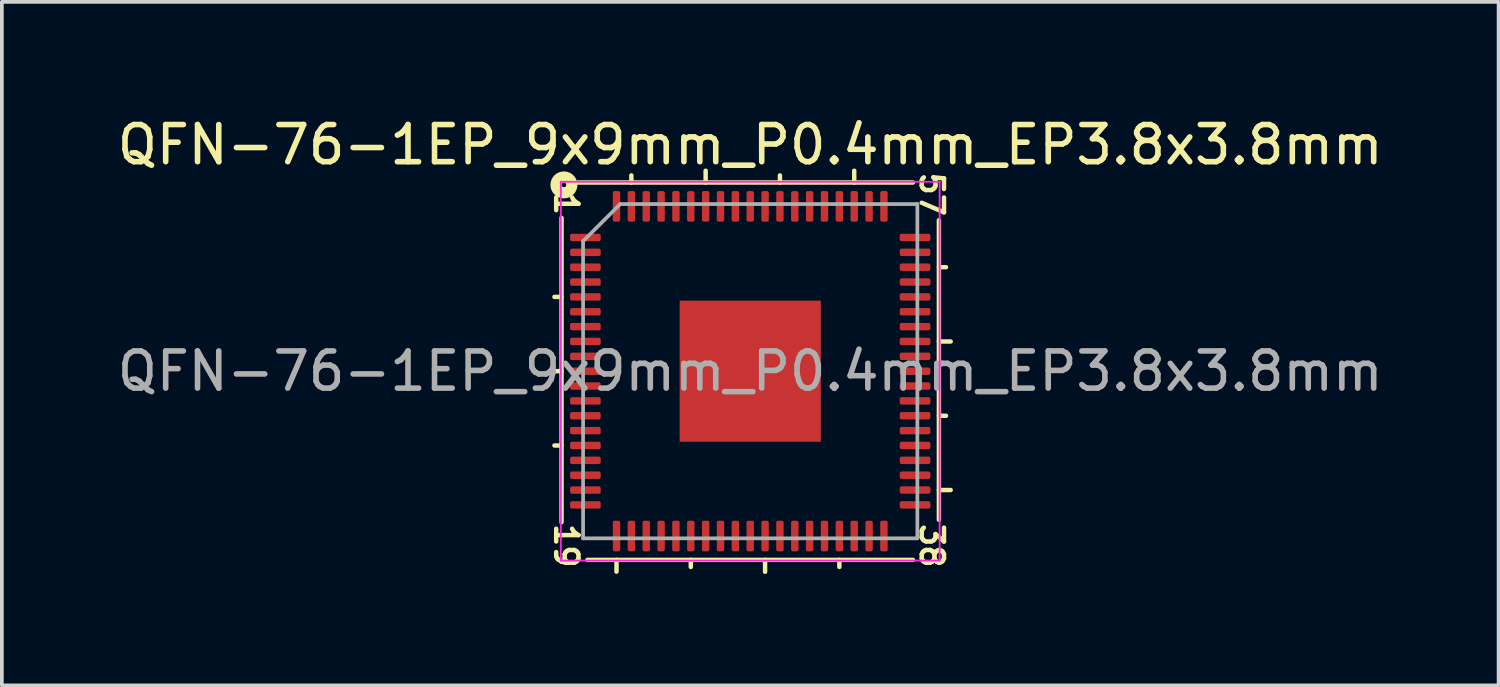
<source format=kicad_pcb>
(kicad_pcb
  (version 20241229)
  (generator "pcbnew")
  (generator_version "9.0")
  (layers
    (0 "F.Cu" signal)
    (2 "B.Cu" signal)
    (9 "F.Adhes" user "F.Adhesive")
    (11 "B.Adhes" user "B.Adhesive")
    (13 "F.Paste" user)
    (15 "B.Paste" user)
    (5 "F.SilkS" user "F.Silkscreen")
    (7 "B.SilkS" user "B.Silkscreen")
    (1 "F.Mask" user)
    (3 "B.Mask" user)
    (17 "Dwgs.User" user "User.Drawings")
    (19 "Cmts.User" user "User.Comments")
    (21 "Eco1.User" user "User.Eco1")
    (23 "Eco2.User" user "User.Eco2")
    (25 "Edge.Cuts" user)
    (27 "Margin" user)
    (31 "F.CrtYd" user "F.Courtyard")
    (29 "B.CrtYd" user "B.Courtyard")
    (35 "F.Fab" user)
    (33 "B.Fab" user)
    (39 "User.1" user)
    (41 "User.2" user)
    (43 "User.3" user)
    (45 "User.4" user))
  (footprint "QFN-76-1EP_9x9mm_P0.4mm_EP3.8x3.8mm"
    (layer "F.Cu")
    (at 17.149 6.944)
    (property "Reference" "QFN-76-1EP_9x9mm_P0.4mm_EP3.8x3.8mm" (at 0 -6.096 0) (layer "F.SilkS") (effects (font (size 1 1) (thickness 0.15))))
    (attr smd)
    (fp_line (start -5.08 -4.128) (end -5.08 4.064) (stroke (width 0.12) (type solid)) (layer "F.SilkS"))
    (fp_line (start -5.08 -2) (end -5.271 -2) (stroke (width 0.12) (type solid)) (layer "F.SilkS"))
    (fp_line (start -5.08 0) (end -5.397 0) (stroke (width 0.12) (type solid)) (layer "F.SilkS"))
    (fp_line (start -5.08 2) (end -5.271 2) (stroke (width 0.12) (type solid)) (layer "F.SilkS"))
    (fp_line (start -4.381 5.08) (end 4.381 5.08) (stroke (width 0.12) (type solid)) (layer "F.SilkS"))
    (fp_line (start -3.6 5.08) (end -3.6 5.397) (stroke (width 0.12) (type solid)) (layer "F.SilkS"))
    (fp_line (start -3.2 -5.08) (end -3.2 -5.271) (stroke (width 0.12) (type solid)) (layer "F.SilkS"))
    (fp_line (start -1.6 5.08) (end -1.6 5.271) (stroke (width 0.12) (type solid)) (layer "F.SilkS"))
    (fp_line (start -1.2 -5.08) (end -1.2 -5.397) (stroke (width 0.12) (type solid)) (layer "F.SilkS"))
    (fp_line (start 0.4 5.08) (end 0.4 5.4) (stroke (width 0.12) (type solid)) (layer "F.SilkS"))
    (fp_line (start 0.8 -5.08) (end 0.8 -5.271) (stroke (width 0.12) (type solid)) (layer "F.SilkS"))
    (fp_line (start 2.4 5.08) (end 2.4 5.271) (stroke (width 0.12) (type solid)) (layer "F.SilkS"))
    (fp_line (start 2.8 -5.08) (end 2.8 -5.397) (stroke (width 0.12) (type solid)) (layer "F.SilkS"))
    (fp_line (start 4.381 -5.08) (end -4.636 -5.08) (stroke (width 0.12) (type solid)) (layer "F.SilkS"))
    (fp_line (start 5.08 -2.8) (end 5.271 -2.8) (stroke (width 0.12) (type solid)) (layer "F.SilkS"))
    (fp_line (start 5.08 -0.8) (end 5.397 -0.8) (stroke (width 0.12) (type solid)) (layer "F.SilkS"))
    (fp_line (start 5.08 1.2) (end 5.271 1.2) (stroke (width 0.12) (type solid)) (layer "F.SilkS"))
    (fp_line (start 5.08 3.2) (end 5.397 3.2) (stroke (width 0.12) (type solid)) (layer "F.SilkS"))
    (fp_line (start 5.08 4) (end 5.08 -4.064) (stroke (width 0.12) (type solid)) (layer "F.SilkS"))
    (fp_circle (center -5.016 -5.016) (end -4.953 -5.016) (stroke (width 0.3) (type solid)) (fill no) (layer "F.SilkS"))
    (fp_line (start -5.1 -5.1) (end -5.1 5.1) (stroke (width 0.05) (type solid)) (layer "F.CrtYd"))
    (fp_line (start -5.1 5.1) (end 5.1 5.1) (stroke (width 0.05) (type solid)) (layer "F.CrtYd"))
    (fp_line (start 5.1 -5.1) (end -5.1 -5.1) (stroke (width 0.05) (type solid)) (layer "F.CrtYd"))
    (fp_line (start 5.1 5.1) (end 5.1 -5.1) (stroke (width 0.05) (type solid)) (layer "F.CrtYd"))
    (fp_line (start -4.5 -3.5) (end -3.5 -4.5) (stroke (width 0.1) (type solid)) (layer "F.Fab"))
    (fp_line (start -4.5 4.5) (end -4.5 -3.5) (stroke (width 0.1) (type solid)) (layer "F.Fab"))
    (fp_line (start -3.5 -4.5) (end 4.5 -4.5) (stroke (width 0.1) (type solid)) (layer "F.Fab"))
    (fp_line (start 4.5 -4.5) (end 4.5 4.5) (stroke (width 0.1) (type solid)) (layer "F.Fab"))
    (fp_line (start 4.5 4.5) (end -4.5 4.5) (stroke (width 0.1) (type solid)) (layer "F.Fab"))
    (fp_text user "38" (at 4.889 4.699 270) (unlocked yes) (layer "F.SilkS") (effects (font (size 0.6 0.6) (thickness 0.12))))
    (fp_text user "19" (at -4.953 4.699 270) (unlocked yes) (layer "F.SilkS") (effects (font (size 0.6 0.6) (thickness 0.12))))
    (fp_text user "1" (at -4.953 -4.508 270) (unlocked yes) (layer "F.SilkS") (effects (font (size 0.6 0.6) (thickness 0.12))))
    (fp_text user "57" (at 4.889 -4.763 270) (unlocked yes) (layer "F.SilkS") (effects (font (size 0.6 0.6) (thickness 0.12))))
    (fp_text user "${REFERENCE}" (at 0 0 0) (layer "F.Fab") (effects (font (size 1 1) (thickness 0.15))))
    (pad "" smd roundrect (at -1.27 -1.27) (size 1.02 1.02) (layers "F.Paste") (roundrect_rratio 0.245))
    (pad "" smd roundrect (at -1.27 0) (size 1.02 1.02) (layers "F.Paste") (roundrect_rratio 0.245))
    (pad "" smd roundrect (at -1.27 1.27) (size 1.02 1.02) (layers "F.Paste") (roundrect_rratio 0.245))
    (pad "" smd roundrect (at 0 -1.27) (size 1.02 1.02) (layers "F.Paste") (roundrect_rratio 0.245))
    (pad "" smd roundrect (at 0 0) (size 1.02 1.02) (layers "F.Paste") (roundrect_rratio 0.245))
    (pad "" smd roundrect (at 0 1.27) (size 1.02 1.02) (layers "F.Paste") (roundrect_rratio 0.245))
    (pad "" smd roundrect (at 1.27 -1.27) (size 1.02 1.02) (layers "F.Paste") (roundrect_rratio 0.245))
    (pad "" smd roundrect (at 1.27 0) (size 1.02 1.02) (layers "F.Paste") (roundrect_rratio 0.245))
    (pad "" smd roundrect (at 1.27 1.27) (size 1.02 1.02) (layers "F.Paste") (roundrect_rratio 0.245))
    (pad "1" smd roundrect (at -4.438 -3.6) (size 0.825 0.2) (layers "F.Cu" "F.Mask" "F.Paste") (roundrect_rratio 0.25))
    (pad "2" smd roundrect (at -4.438 -3.2) (size 0.825 0.2) (layers "F.Cu" "F.Mask" "F.Paste") (roundrect_rratio 0.25))
    (pad "3" smd roundrect (at -4.438 -2.8) (size 0.825 0.2) (layers "F.Cu" "F.Mask" "F.Paste") (roundrect_rratio 0.25))
    (pad "4" smd roundrect (at -4.438 -2.4) (size 0.825 0.2) (layers "F.Cu" "F.Mask" "F.Paste") (roundrect_rratio 0.25))
    (pad "5" smd roundrect (at -4.438 -2) (size 0.825 0.2) (layers "F.Cu" "F.Mask" "F.Paste") (roundrect_rratio 0.25))
    (pad "6" smd roundrect (at -4.438 -1.6) (size 0.825 0.2) (layers "F.Cu" "F.Mask" "F.Paste") (roundrect_rratio 0.25))
    (pad "7" smd roundrect (at -4.438 -1.2) (size 0.825 0.2) (layers "F.Cu" "F.Mask" "F.Paste") (roundrect_rratio 0.25))
    (pad "8" smd roundrect (at -4.438 -0.8) (size 0.825 0.2) (layers "F.Cu" "F.Mask" "F.Paste") (roundrect_rratio 0.25))
    (pad "9" smd roundrect (at -4.438 -0.4) (size 0.825 0.2) (layers "F.Cu" "F.Mask" "F.Paste") (roundrect_rratio 0.25))
    (pad "10" smd roundrect (at -4.438 0) (size 0.825 0.2) (layers "F.Cu" "F.Mask" "F.Paste") (roundrect_rratio 0.25))
    (pad "11" smd roundrect (at -4.438 0.4) (size 0.825 0.2) (layers "F.Cu" "F.Mask" "F.Paste") (roundrect_rratio 0.25))
    (pad "12" smd roundrect (at -4.438 0.8) (size 0.825 0.2) (layers "F.Cu" "F.Mask" "F.Paste") (roundrect_rratio 0.25))
    (pad "13" smd roundrect (at -4.438 1.2) (size 0.825 0.2) (layers "F.Cu" "F.Mask" "F.Paste") (roundrect_rratio 0.25))
    (pad "14" smd roundrect (at -4.438 1.6) (size 0.825 0.2) (layers "F.Cu" "F.Mask" "F.Paste") (roundrect_rratio 0.25))
    (pad "15" smd roundrect (at -4.438 2) (size 0.825 0.2) (layers "F.Cu" "F.Mask" "F.Paste") (roundrect_rratio 0.25))
    (pad "16" smd roundrect (at -4.438 2.4) (size 0.825 0.2) (layers "F.Cu" "F.Mask" "F.Paste") (roundrect_rratio 0.25))
    (pad "17" smd roundrect (at -4.438 2.8) (size 0.825 0.2) (layers "F.Cu" "F.Mask" "F.Paste") (roundrect_rratio 0.25))
    (pad "18" smd roundrect (at -4.438 3.2) (size 0.825 0.2) (layers "F.Cu" "F.Mask" "F.Paste") (roundrect_rratio 0.25))
    (pad "19" smd roundrect (at -4.438 3.6) (size 0.825 0.2) (layers "F.Cu" "F.Mask" "F.Paste") (roundrect_rratio 0.25))
    (pad "20" smd roundrect (at -3.6 4.438) (size 0.2 0.825) (layers "F.Cu" "F.Mask" "F.Paste") (roundrect_rratio 0.25))
    (pad "21" smd roundrect (at -3.2 4.438) (size 0.2 0.825) (layers "F.Cu" "F.Mask" "F.Paste") (roundrect_rratio 0.25))
    (pad "22" smd roundrect (at -2.8 4.438) (size 0.2 0.825) (layers "F.Cu" "F.Mask" "F.Paste") (roundrect_rratio 0.25))
    (pad "23" smd roundrect (at -2.4 4.438) (size 0.2 0.825) (layers "F.Cu" "F.Mask" "F.Paste") (roundrect_rratio 0.25))
    (pad "24" smd roundrect (at -2 4.438) (size 0.2 0.825) (layers "F.Cu" "F.Mask" "F.Paste") (roundrect_rratio 0.25))
    (pad "25" smd roundrect (at -1.6 4.438) (size 0.2 0.825) (layers "F.Cu" "F.Mask" "F.Paste") (roundrect_rratio 0.25))
    (pad "26" smd roundrect (at -1.2 4.438) (size 0.2 0.825) (layers "F.Cu" "F.Mask" "F.Paste") (roundrect_rratio 0.25))
    (pad "27" smd roundrect (at -0.8 4.438) (size 0.2 0.825) (layers "F.Cu" "F.Mask" "F.Paste") (roundrect_rratio 0.25))
    (pad "28" smd roundrect (at -0.4 4.438) (size 0.2 0.825) (layers "F.Cu" "F.Mask" "F.Paste") (roundrect_rratio 0.25))
    (pad "29" smd roundrect (at 0 4.438) (size 0.2 0.825) (layers "F.Cu" "F.Mask" "F.Paste") (roundrect_rratio 0.25))
    (pad "30" smd roundrect (at 0.4 4.438) (size 0.2 0.825) (layers "F.Cu" "F.Mask" "F.Paste") (roundrect_rratio 0.25))
    (pad "31" smd roundrect (at 0.8 4.438) (size 0.2 0.825) (layers "F.Cu" "F.Mask" "F.Paste") (roundrect_rratio 0.25))
    (pad "32" smd roundrect (at 1.2 4.438) (size 0.2 0.825) (layers "F.Cu" "F.Mask" "F.Paste") (roundrect_rratio 0.25))
    (pad "33" smd roundrect (at 1.6 4.438) (size 0.2 0.825) (layers "F.Cu" "F.Mask" "F.Paste") (roundrect_rratio 0.25))
    (pad "34" smd roundrect (at 2 4.438) (size 0.2 0.825) (layers "F.Cu" "F.Mask" "F.Paste") (roundrect_rratio 0.25))
    (pad "35" smd roundrect (at 2.4 4.438) (size 0.2 0.825) (layers "F.Cu" "F.Mask" "F.Paste") (roundrect_rratio 0.25))
    (pad "36" smd roundrect (at 2.8 4.438) (size 0.2 0.825) (layers "F.Cu" "F.Mask" "F.Paste") (roundrect_rratio 0.25))
    (pad "37" smd roundrect (at 3.2 4.438) (size 0.2 0.825) (layers "F.Cu" "F.Mask" "F.Paste") (roundrect_rratio 0.25))
    (pad "38" smd roundrect (at 3.6 4.438) (size 0.2 0.825) (layers "F.Cu" "F.Mask" "F.Paste") (roundrect_rratio 0.25))
    (pad "39" smd roundrect (at 4.438 3.6) (size 0.825 0.2) (layers "F.Cu" "F.Mask" "F.Paste") (roundrect_rratio 0.25))
    (pad "40" smd roundrect (at 4.438 3.2) (size 0.825 0.2) (layers "F.Cu" "F.Mask" "F.Paste") (roundrect_rratio 0.25))
    (pad "41" smd roundrect (at 4.438 2.8) (size 0.825 0.2) (layers "F.Cu" "F.Mask" "F.Paste") (roundrect_rratio 0.25))
    (pad "42" smd roundrect (at 4.438 2.4) (size 0.825 0.2) (layers "F.Cu" "F.Mask" "F.Paste") (roundrect_rratio 0.25))
    (pad "43" smd roundrect (at 4.438 2) (size 0.825 0.2) (layers "F.Cu" "F.Mask" "F.Paste") (roundrect_rratio 0.25))
    (pad "44" smd roundrect (at 4.438 1.6) (size 0.825 0.2) (layers "F.Cu" "F.Mask" "F.Paste") (roundrect_rratio 0.25))
    (pad "45" smd roundrect (at 4.438 1.2) (size 0.825 0.2) (layers "F.Cu" "F.Mask" "F.Paste") (roundrect_rratio 0.25))
    (pad "46" smd roundrect (at 4.438 0.8) (size 0.825 0.2) (layers "F.Cu" "F.Mask" "F.Paste") (roundrect_rratio 0.25))
    (pad "47" smd roundrect (at 4.438 0.4) (size 0.825 0.2) (layers "F.Cu" "F.Mask" "F.Paste") (roundrect_rratio 0.25))
    (pad "48" smd roundrect (at 4.438 0) (size 0.825 0.2) (layers "F.Cu" "F.Mask" "F.Paste") (roundrect_rratio 0.25))
    (pad "49" smd roundrect (at 4.438 -0.4) (size 0.825 0.2) (layers "F.Cu" "F.Mask" "F.Paste") (roundrect_rratio 0.25))
    (pad "50" smd roundrect (at 4.438 -0.8) (size 0.825 0.2) (layers "F.Cu" "F.Mask" "F.Paste") (roundrect_rratio 0.25))
    (pad "51" smd roundrect (at 4.438 -1.2) (size 0.825 0.2) (layers "F.Cu" "F.Mask" "F.Paste") (roundrect_rratio 0.25))
    (pad "52" smd roundrect (at 4.438 -1.6) (size 0.825 0.2) (layers "F.Cu" "F.Mask" "F.Paste") (roundrect_rratio 0.25))
    (pad "53" smd roundrect (at 4.438 -2) (size 0.825 0.2) (layers "F.Cu" "F.Mask" "F.Paste") (roundrect_rratio 0.25))
    (pad "54" smd roundrect (at 4.438 -2.4) (size 0.825 0.2) (layers "F.Cu" "F.Mask" "F.Paste") (roundrect_rratio 0.25))
    (pad "55" smd roundrect (at 4.438 -2.8) (size 0.825 0.2) (layers "F.Cu" "F.Mask" "F.Paste") (roundrect_rratio 0.25))
    (pad "56" smd roundrect (at 4.438 -3.2) (size 0.825 0.2) (layers "F.Cu" "F.Mask" "F.Paste") (roundrect_rratio 0.25))
    (pad "57" smd roundrect (at 4.438 -3.6) (size 0.825 0.2) (layers "F.Cu" "F.Mask" "F.Paste") (roundrect_rratio 0.25))
    (pad "58" smd roundrect (at 3.6 -4.438) (size 0.2 0.825) (layers "F.Cu" "F.Mask" "F.Paste") (roundrect_rratio 0.25))
    (pad "59" smd roundrect (at 3.2 -4.438) (size 0.2 0.825) (layers "F.Cu" "F.Mask" "F.Paste") (roundrect_rratio 0.25))
    (pad "60" smd roundrect (at 2.8 -4.438) (size 0.2 0.825) (layers "F.Cu" "F.Mask" "F.Paste") (roundrect_rratio 0.25))
    (pad "61" smd roundrect (at 2.4 -4.438) (size 0.2 0.825) (layers "F.Cu" "F.Mask" "F.Paste") (roundrect_rratio 0.25))
    (pad "62" smd roundrect (at 2 -4.438) (size 0.2 0.825) (layers "F.Cu" "F.Mask" "F.Paste") (roundrect_rratio 0.25))
    (pad "63" smd roundrect (at 1.6 -4.438) (size 0.2 0.825) (layers "F.Cu" "F.Mask" "F.Paste") (roundrect_rratio 0.25))
    (pad "64" smd roundrect (at 1.2 -4.438) (size 0.2 0.825) (layers "F.Cu" "F.Mask" "F.Paste") (roundrect_rratio 0.25))
    (pad "65" smd roundrect (at 0.8 -4.438) (size 0.2 0.825) (layers "F.Cu" "F.Mask" "F.Paste") (roundrect_rratio 0.25))
    (pad "66" smd roundrect (at 0.4 -4.438) (size 0.2 0.825) (layers "F.Cu" "F.Mask" "F.Paste") (roundrect_rratio 0.25))
    (pad "67" smd roundrect (at 0 -4.438) (size 0.2 0.825) (layers "F.Cu" "F.Mask" "F.Paste") (roundrect_rratio 0.25))
    (pad "68" smd roundrect (at -0.4 -4.438) (size 0.2 0.825) (layers "F.Cu" "F.Mask" "F.Paste") (roundrect_rratio 0.25))
    (pad "69" smd roundrect (at -0.8 -4.438) (size 0.2 0.825) (layers "F.Cu" "F.Mask" "F.Paste") (roundrect_rratio 0.25))
    (pad "70" smd roundrect (at -1.2 -4.438) (size 0.2 0.825) (layers "F.Cu" "F.Mask" "F.Paste") (roundrect_rratio 0.25))
    (pad "71" smd roundrect (at -1.6 -4.438) (size 0.2 0.825) (layers "F.Cu" "F.Mask" "F.Paste") (roundrect_rratio 0.25))
    (pad "72" smd roundrect (at -2 -4.438) (size 0.2 0.825) (layers "F.Cu" "F.Mask" "F.Paste") (roundrect_rratio 0.25))
    (pad "73" smd roundrect (at -2.4 -4.438) (size 0.2 0.825) (layers "F.Cu" "F.Mask" "F.Paste") (roundrect_rratio 0.25))
    (pad "74" smd roundrect (at -2.8 -4.438) (size 0.2 0.825) (layers "F.Cu" "F.Mask" "F.Paste") (roundrect_rratio 0.25))
    (pad "75" smd roundrect (at -3.2 -4.438) (size 0.2 0.825) (layers "F.Cu" "F.Mask" "F.Paste") (roundrect_rratio 0.25))
    (pad "76" smd roundrect (at -3.6 -4.438) (size 0.2 0.825) (layers "F.Cu" "F.Mask" "F.Paste") (roundrect_rratio 0.25))
    (pad "77" smd rect (at 0 0) (size 3.8 3.8) (layers "F.Cu" "F.Mask")))
  (gr_rect
    (start -3 -3)
    (end 37.298 15.404)
    (stroke (width 0.1) (type default))
    (fill no)
    (layer "Edge.Cuts")))
</source>
